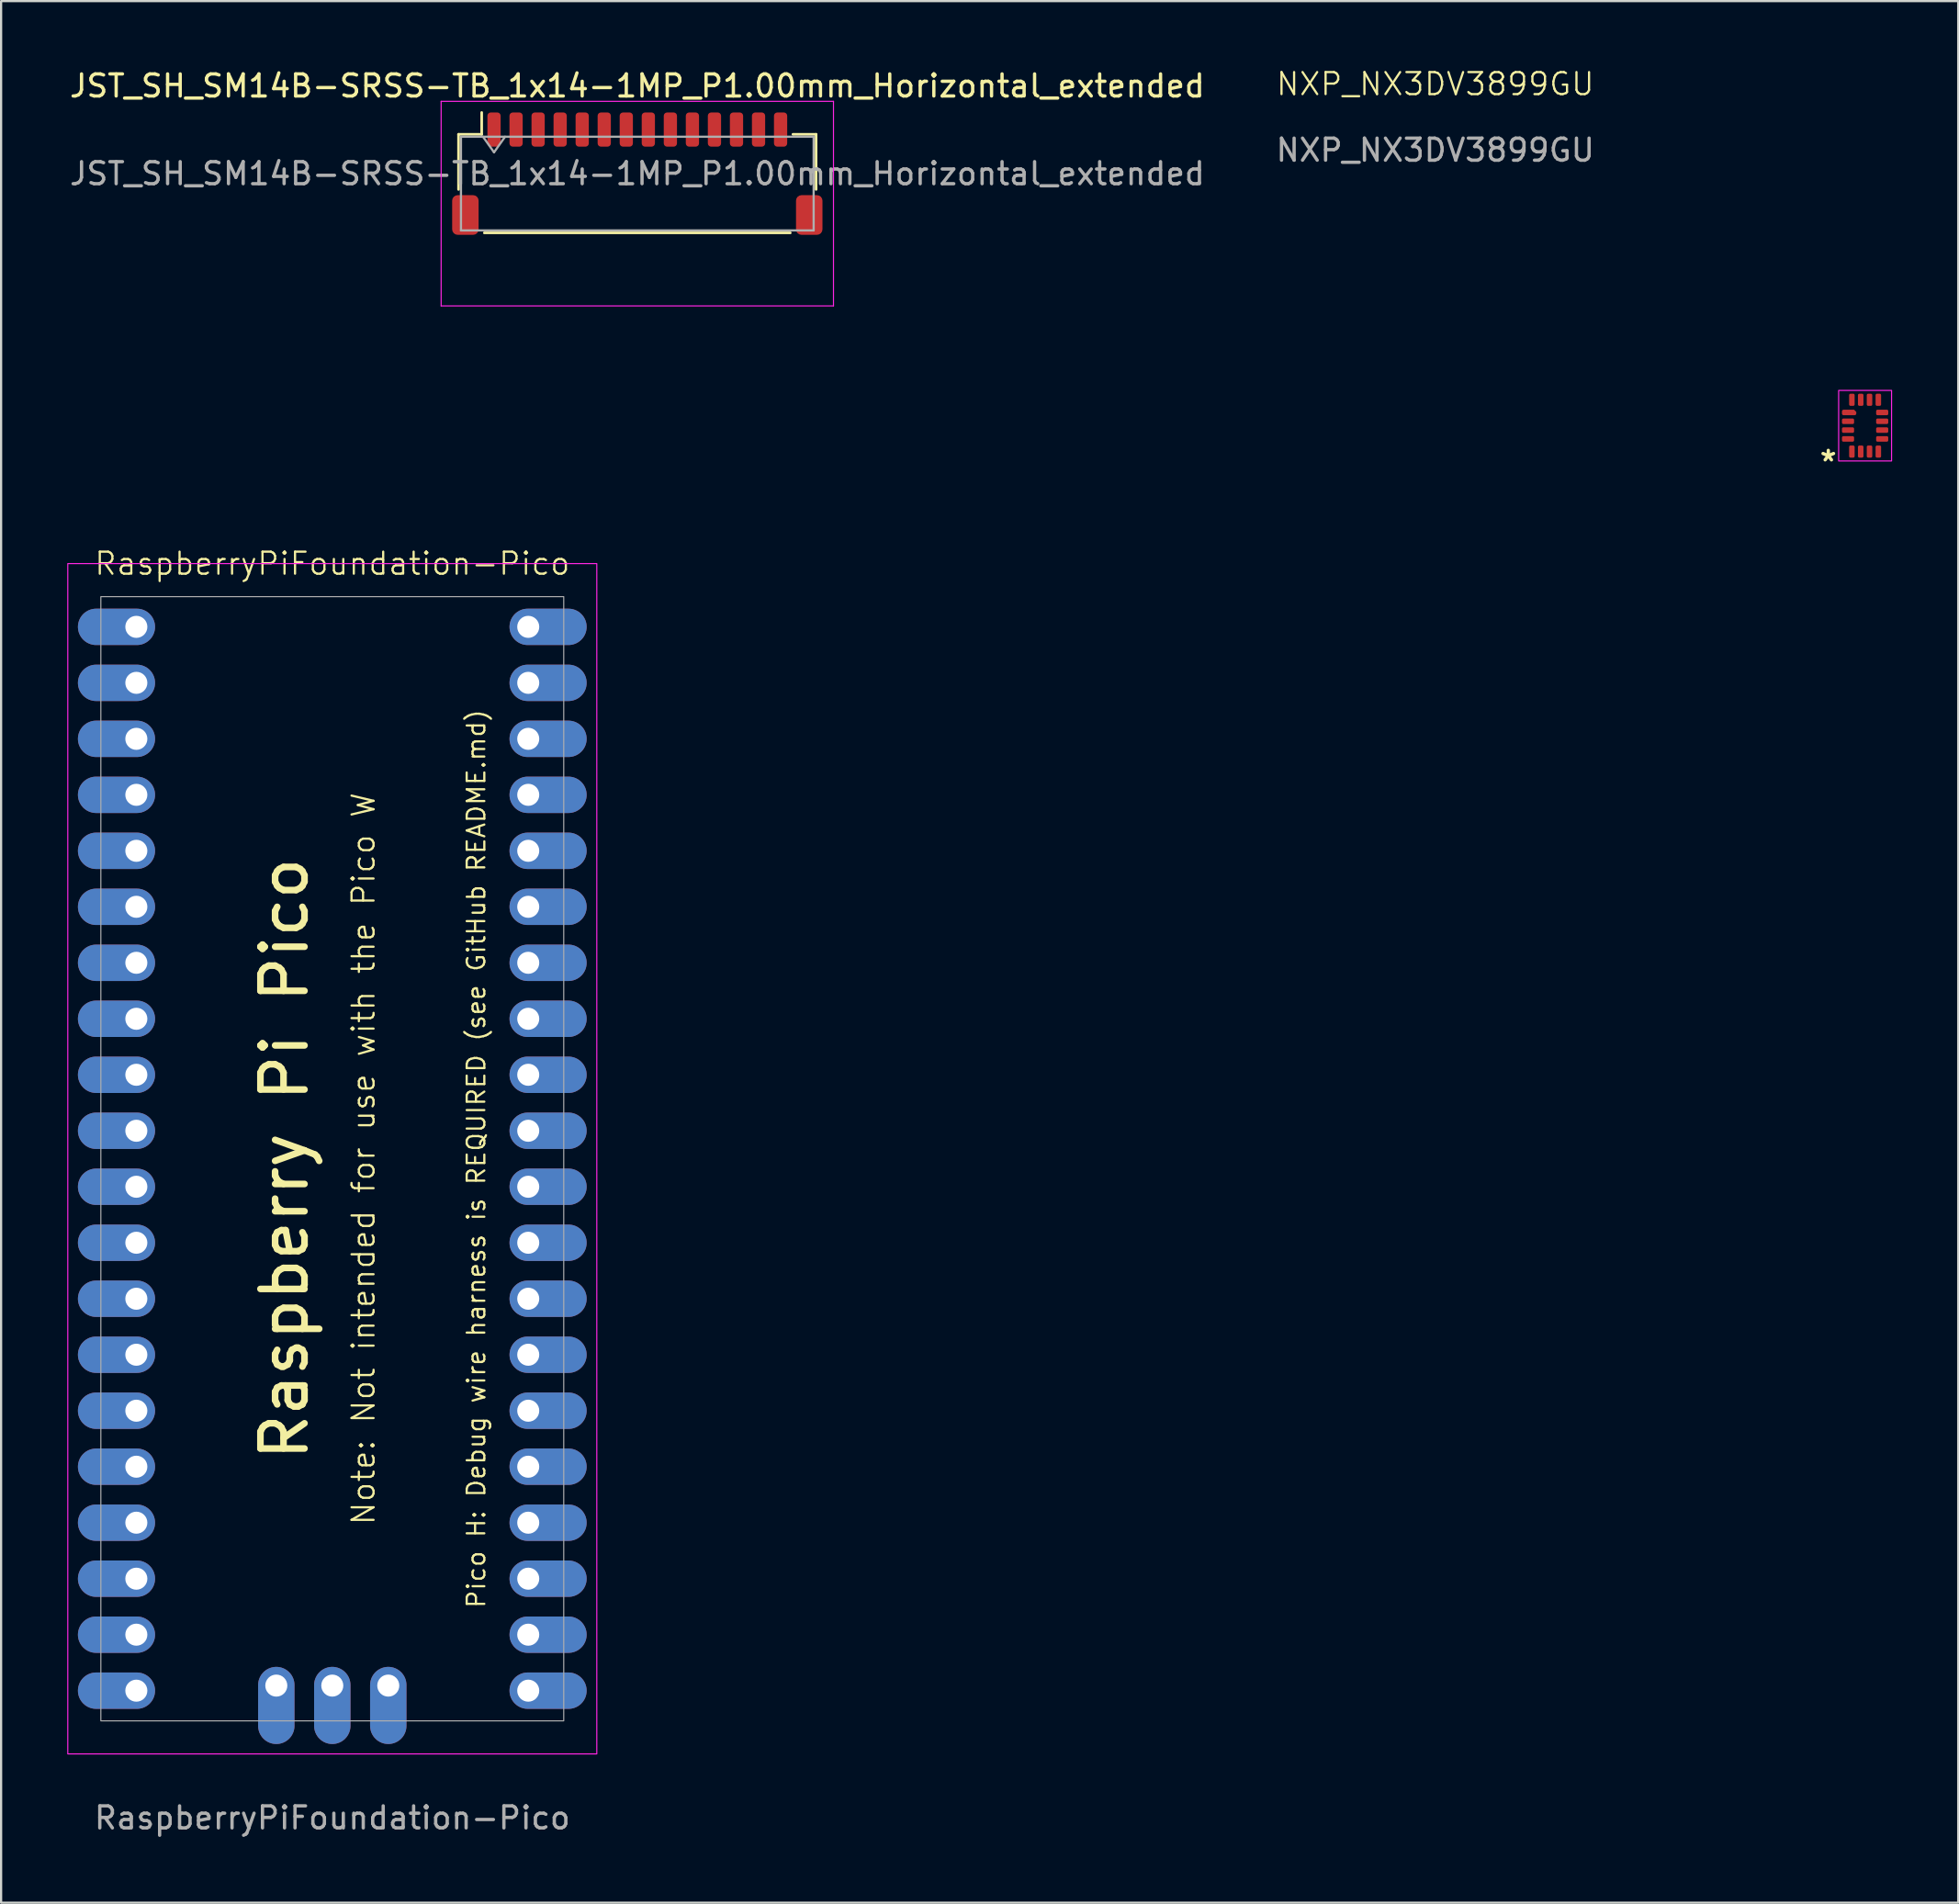
<source format=kicad_pcb>
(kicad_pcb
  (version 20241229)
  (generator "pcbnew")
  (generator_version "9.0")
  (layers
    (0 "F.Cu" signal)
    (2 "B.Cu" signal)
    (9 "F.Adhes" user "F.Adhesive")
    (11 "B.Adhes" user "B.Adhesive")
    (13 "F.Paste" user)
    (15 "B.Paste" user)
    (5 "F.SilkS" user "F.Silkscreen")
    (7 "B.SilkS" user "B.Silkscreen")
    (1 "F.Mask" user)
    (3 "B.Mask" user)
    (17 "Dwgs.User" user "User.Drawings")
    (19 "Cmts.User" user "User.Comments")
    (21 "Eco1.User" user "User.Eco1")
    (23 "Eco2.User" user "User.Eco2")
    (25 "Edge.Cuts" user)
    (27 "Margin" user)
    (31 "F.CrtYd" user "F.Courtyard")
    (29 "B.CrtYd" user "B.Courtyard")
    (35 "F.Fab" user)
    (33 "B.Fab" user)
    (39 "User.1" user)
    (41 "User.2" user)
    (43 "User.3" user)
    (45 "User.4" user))
  (footprint "NXP_NX3DV3899GU"
    (layer "F.Cu")
    (at 81.565 16.261)
    (property "Reference" "NXP_NX3DV3899GU" (at -19.5 -15.5 0) (unlocked yes) (layer "F.SilkS") (effects (font (size 1 1) (thickness 0.1))))
    (attr smd)
    (fp_rect (start -1.2 -1.6) (end 1.2 1.6) (stroke (width 0.05) (type default)) (fill no) (layer "F.CrtYd"))
    (fp_rect (start -0.95 -1.35) (end 0.95 1.35) (stroke (width 0.01) (type default)) (fill no) (layer "User.1"))
    (fp_text user "*" (at -2.15 2.25 0) (unlocked yes) (layer "F.SilkS") (effects (font (size 1 1) (thickness 0.15)) (justify left bottom)))
    (fp_text user "${REFERENCE}" (at -19.5 -12.5 0) (unlocked yes) (layer "F.Fab") (effects (font (size 1 1) (thickness 0.15))))
    (pad "1" smd roundrect (at -0.725 -0.6) (size 0.65 0.25) (layers "F.Cu" "F.Mask" "F.Paste") (roundrect_rratio 0.3) (chamfer_ratio 0.4) (chamfer top_right))
    (pad "2" smd roundrect (at -0.775 -0.2) (size 0.55 0.25) (layers "F.Cu" "F.Mask" "F.Paste") (roundrect_rratio 0.25))
    (pad "3" smd roundrect (at -0.775 0.2) (size 0.55 0.25) (layers "F.Cu" "F.Mask" "F.Paste") (roundrect_rratio 0.25))
    (pad "4" smd roundrect (at -0.775 0.6) (size 0.55 0.25) (layers "F.Cu" "F.Mask" "F.Paste") (roundrect_rratio 0.25))
    (pad "5" smd roundrect (at -0.6 1.175) (size 0.25 0.55) (layers "F.Cu" "F.Mask" "F.Paste") (roundrect_rratio 0.25))
    (pad "6" smd roundrect (at -0.2 1.175) (size 0.25 0.55) (layers "F.Cu" "F.Mask" "F.Paste") (roundrect_rratio 0.25))
    (pad "7" smd roundrect (at 0.2 1.175) (size 0.25 0.55) (layers "F.Cu" "F.Mask" "F.Paste") (roundrect_rratio 0.25))
    (pad "8" smd roundrect (at 0.6 1.175) (size 0.25 0.55) (layers "F.Cu" "F.Mask" "F.Paste") (roundrect_rratio 0.25))
    (pad "9" smd roundrect (at 0.775 0.6) (size 0.55 0.25) (layers "F.Cu" "F.Mask" "F.Paste") (roundrect_rratio 0.25))
    (pad "10" smd roundrect (at 0.775 0.2) (size 0.55 0.25) (layers "F.Cu" "F.Mask" "F.Paste") (roundrect_rratio 0.25))
    (pad "11" smd roundrect (at 0.775 -0.2) (size 0.55 0.25) (layers "F.Cu" "F.Mask" "F.Paste") (roundrect_rratio 0.25))
    (pad "12" smd roundrect (at 0.775 -0.6) (size 0.55 0.25) (layers "F.Cu" "F.Mask" "F.Paste") (roundrect_rratio 0.25))
    (pad "13" smd roundrect (at 0.6 -1.175) (size 0.25 0.55) (layers "F.Cu" "F.Mask" "F.Paste") (roundrect_rratio 0.25))
    (pad "14" smd roundrect (at 0.2 -1.175) (size 0.25 0.55) (layers "F.Cu" "F.Mask" "F.Paste") (roundrect_rratio 0.25))
    (pad "15" smd roundrect (at -0.2 -1.175) (size 0.25 0.55) (layers "F.Cu" "F.Mask" "F.Paste") (roundrect_rratio 0.25))
    (pad "16" smd roundrect (at -0.6 -1.175) (size 0.25 0.55) (layers "F.Cu" "F.Mask" "F.Paste") (roundrect_rratio 0.25)))
  (footprint "RaspberryPiFoundation-Pico"
    (layer "F.Cu")
    (at 12.025 49.517)
    (property "Reference" "RaspberryPiFoundation-Pico" (at 0 -27 0) (unlocked yes) (layer "F.SilkS") (effects (font (size 1 1) (thickness 0.1))))
    (attr smd)
    (fp_rect (start -12 -27) (end 12 27) (stroke (width 0.05) (type default)) (fill no) (layer "F.CrtYd"))
    (fp_rect (start -10.5 -25.5) (end 10.5 25.5) (stroke (width 0.05) (type default)) (fill no) (layer "F.Fab"))
    (fp_text user "Raspberry Pi Pico" (at -1 0 90) (unlocked yes) (layer "F.SilkS") (effects (font (size 2 2) (thickness 0.3)) (justify bottom)))
    (fp_text user "Note: Not intended for use with the Pico W" (at 2 0 90) (unlocked yes) (layer "F.SilkS") (effects (font (size 1 1) (thickness 0.1)) (justify bottom)))
    (fp_text user "Pico H: Debug wire harness is REQUIRED (see GitHub README.md)" (at 7 0 90) (unlocked yes) (layer "F.SilkS") (effects (font (size 0.8 0.8) (thickness 0.1)) (justify bottom)))
    (fp_text user "${REFERENCE}" (at 0 29.9 0) (unlocked yes) (layer "F.Fab") (effects (font (size 1 1) (thickness 0.15))))
    (pad "1" thru_hole oval (at -8.89 -24.13) (size 3.5 1.65) (drill 1 (offset -0.9 0)) (layers "*.Cu" "*.Mask"))
    (pad "2" thru_hole oval (at -8.89 -21.59) (size 3.5 1.65) (drill 1 (offset -0.9 0)) (layers "*.Cu" "*.Mask"))
    (pad "3" thru_hole oval (at -8.89 -19.05) (size 3.5 1.65) (drill 1 (offset -0.9 0)) (layers "*.Cu" "*.Mask"))
    (pad "4" thru_hole oval (at -8.89 -16.51) (size 3.5 1.65) (drill 1 (offset -0.9 0)) (layers "*.Cu" "*.Mask"))
    (pad "5" thru_hole oval (at -8.89 -13.97) (size 3.5 1.65) (drill 1 (offset -0.9 0)) (layers "*.Cu" "*.Mask"))
    (pad "6" thru_hole oval (at -8.89 -11.43) (size 3.5 1.65) (drill 1 (offset -0.9 0)) (layers "*.Cu" "*.Mask"))
    (pad "7" thru_hole oval (at -8.89 -8.89) (size 3.5 1.65) (drill 1 (offset -0.9 0)) (layers "*.Cu" "*.Mask"))
    (pad "8" thru_hole oval (at -8.89 -6.35) (size 3.5 1.65) (drill 1 (offset -0.9 0)) (layers "*.Cu" "*.Mask"))
    (pad "9" thru_hole oval (at -8.89 -3.81) (size 3.5 1.65) (drill 1 (offset -0.9 0)) (layers "*.Cu" "*.Mask"))
    (pad "10" thru_hole oval (at -8.89 -1.27) (size 3.5 1.65) (drill 1 (offset -0.9 0)) (layers "*.Cu" "*.Mask"))
    (pad "11" thru_hole oval (at -8.89 1.27) (size 3.5 1.65) (drill 1 (offset -0.9 0)) (layers "*.Cu" "*.Mask"))
    (pad "12" thru_hole oval (at -8.89 3.81) (size 3.5 1.65) (drill 1 (offset -0.9 0)) (layers "*.Cu" "*.Mask"))
    (pad "13" thru_hole oval (at -8.89 6.35) (size 3.5 1.65) (drill 1 (offset -0.9 0)) (layers "*.Cu" "*.Mask"))
    (pad "14" thru_hole oval (at -8.89 8.89) (size 3.5 1.65) (drill 1 (offset -0.9 0)) (layers "*.Cu" "*.Mask"))
    (pad "15" thru_hole oval (at -8.89 11.43) (size 3.5 1.65) (drill 1 (offset -0.9 0)) (layers "*.Cu" "*.Mask"))
    (pad "16" thru_hole oval (at -8.89 13.97) (size 3.5 1.65) (drill 1 (offset -0.9 0)) (layers "*.Cu" "*.Mask"))
    (pad "17" thru_hole oval (at -8.89 16.51) (size 3.5 1.65) (drill 1 (offset -0.9 0)) (layers "*.Cu" "*.Mask"))
    (pad "18" thru_hole oval (at -8.89 19.05) (size 3.5 1.65) (drill 1 (offset -0.9 0)) (layers "*.Cu" "*.Mask"))
    (pad "19" thru_hole oval (at -8.89 21.59) (size 3.5 1.65) (drill 1 (offset -0.9 0)) (layers "*.Cu" "*.Mask"))
    (pad "20" thru_hole oval (at -8.89 24.13) (size 3.5 1.65) (drill 1 (offset -0.9 0)) (layers "*.Cu" "*.Mask"))
    (pad "21" thru_hole oval (at 8.89 24.13) (size 3.5 1.65) (drill 1 (offset 0.9 0)) (layers "*.Cu" "*.Mask"))
    (pad "22" thru_hole oval (at 8.89 21.59) (size 3.5 1.65) (drill 1 (offset 0.9 0)) (layers "*.Cu" "*.Mask"))
    (pad "23" thru_hole oval (at 8.89 19.05) (size 3.5 1.65) (drill 1 (offset 0.9 0)) (layers "*.Cu" "*.Mask"))
    (pad "24" thru_hole oval (at 8.89 16.51) (size 3.5 1.65) (drill 1 (offset 0.9 0)) (layers "*.Cu" "*.Mask"))
    (pad "25" thru_hole oval (at 8.89 13.97) (size 3.5 1.65) (drill 1 (offset 0.9 0)) (layers "*.Cu" "*.Mask"))
    (pad "26" thru_hole oval (at 8.89 11.43) (size 3.5 1.65) (drill 1 (offset 0.9 0)) (layers "*.Cu" "*.Mask"))
    (pad "27" thru_hole oval (at 8.89 8.89) (size 3.5 1.65) (drill 1 (offset 0.9 0)) (layers "*.Cu" "*.Mask"))
    (pad "28" thru_hole oval (at 8.89 6.35) (size 3.5 1.65) (drill 1 (offset 0.9 0)) (layers "*.Cu" "*.Mask"))
    (pad "29" thru_hole oval (at 8.89 3.81) (size 3.5 1.65) (drill 1 (offset 0.9 0)) (layers "*.Cu" "*.Mask"))
    (pad "30" thru_hole oval (at 8.89 1.27) (size 3.5 1.65) (drill 1 (offset 0.9 0)) (layers "*.Cu" "*.Mask"))
    (pad "31" thru_hole oval (at 8.89 -1.27) (size 3.5 1.65) (drill 1 (offset 0.9 0)) (layers "*.Cu" "*.Mask"))
    (pad "32" thru_hole oval (at 8.89 -3.81) (size 3.5 1.65) (drill 1 (offset 0.9 0)) (layers "*.Cu" "*.Mask"))
    (pad "33" thru_hole oval (at 8.89 -6.35) (size 3.5 1.65) (drill 1 (offset 0.9 0)) (layers "*.Cu" "*.Mask"))
    (pad "34" thru_hole oval (at 8.89 -8.89) (size 3.5 1.65) (drill 1 (offset 0.9 0)) (layers "*.Cu" "*.Mask"))
    (pad "35" thru_hole oval (at 8.89 -11.43) (size 3.5 1.65) (drill 1 (offset 0.9 0)) (layers "*.Cu" "*.Mask"))
    (pad "36" thru_hole oval (at 8.89 -13.97) (size 3.5 1.65) (drill 1 (offset 0.9 0)) (layers "*.Cu" "*.Mask"))
    (pad "37" thru_hole oval (at 8.89 -16.51) (size 3.5 1.65) (drill 1 (offset 0.9 0)) (layers "*.Cu" "*.Mask"))
    (pad "38" thru_hole oval (at 8.89 -19.05) (size 3.5 1.65) (drill 1 (offset 0.9 0)) (layers "*.Cu" "*.Mask"))
    (pad "39" thru_hole oval (at 8.89 -21.59) (size 3.5 1.65) (drill 1 (offset 0.9 0)) (layers "*.Cu" "*.Mask"))
    (pad "40" thru_hole oval (at 8.89 -24.13) (size 3.5 1.65) (drill 1 (offset 0.9 0)) (layers "*.Cu" "*.Mask"))
    (pad "41" thru_hole oval (at -2.54 23.9) (size 1.65 3.5) (drill 1 (offset 0 0.9)) (layers "*.Cu" "*.Mask"))
    (pad "42" thru_hole oval (at 0 23.9) (size 1.65 3.5) (drill 1 (offset 0 0.9)) (layers "*.Cu" "*.Mask"))
    (pad "43" thru_hole oval (at 2.54 23.9) (size 1.65 3.5) (drill 1 (offset 0 0.9)) (layers "*.Cu" "*.Mask")))
  (footprint "JST_SH_SM14B-SRSS-TB_1x14-1MP_P1.00mm_Horizontal_extended"
    (layer "F.Cu")
    (at 25.863 4.828)
    (property "Reference" "JST_SH_SM14B-SRSS-TB_1x14-1MP_P1.00mm_Horizontal_extended" (at 0 -3.98 0) (layer "F.SilkS") (effects (font (size 1 1) (thickness 0.15))))
    (attr smd)
    (fp_line (start -8.11 -1.785) (end -7.06 -1.785) (stroke (width 0.12) (type solid)) (layer "F.SilkS"))
    (fp_line (start -8.11 0.715) (end -8.11 -1.785) (stroke (width 0.12) (type solid)) (layer "F.SilkS"))
    (fp_line (start -7.06 -1.785) (end -7.06 -2.775) (stroke (width 0.12) (type solid)) (layer "F.SilkS"))
    (fp_line (start -6.94 2.685) (end 6.94 2.685) (stroke (width 0.12) (type solid)) (layer "F.SilkS"))
    (fp_line (start 8.11 -1.785) (end 7.06 -1.785) (stroke (width 0.12) (type solid)) (layer "F.SilkS"))
    (fp_line (start 8.11 0.715) (end 8.11 -1.785) (stroke (width 0.12) (type solid)) (layer "F.SilkS"))
    (fp_line (start -8.9 -3.28) (end -8.9 6) (stroke (width 0.05) (type solid)) (layer "F.CrtYd"))
    (fp_line (start -8.9 6) (end 8.9 6) (stroke (width 0.05) (type solid)) (layer "F.CrtYd"))
    (fp_line (start 8.9 -3.28) (end -8.9 -3.28) (stroke (width 0.05) (type solid)) (layer "F.CrtYd"))
    (fp_line (start 8.9 6) (end 8.9 -3.28) (stroke (width 0.05) (type solid)) (layer "F.CrtYd"))
    (fp_line (start -8 -1.675) (end -8 2.575) (stroke (width 0.1) (type solid)) (layer "F.Fab"))
    (fp_line (start -8 -1.675) (end 8 -1.675) (stroke (width 0.1) (type solid)) (layer "F.Fab"))
    (fp_line (start -8 2.575) (end 8 2.575) (stroke (width 0.1) (type solid)) (layer "F.Fab"))
    (fp_line (start -7 -1.675) (end -6.5 -0.968) (stroke (width 0.1) (type solid)) (layer "F.Fab"))
    (fp_line (start -6.5 -0.968) (end -6 -1.675) (stroke (width 0.1) (type solid)) (layer "F.Fab"))
    (fp_line (start 8 -1.675) (end 8 2.575) (stroke (width 0.1) (type solid)) (layer "F.Fab"))
    (fp_text user "${REFERENCE}" (at 0 0 0) (layer "F.Fab") (effects (font (size 1 1) (thickness 0.15))))
    (pad "1" smd roundrect (at -6.5 -2) (size 0.6 1.55) (layers "F.Cu" "F.Mask" "F.Paste") (roundrect_rratio 0.25))
    (pad "2" smd roundrect (at -5.5 -2) (size 0.6 1.55) (layers "F.Cu" "F.Mask" "F.Paste") (roundrect_rratio 0.25))
    (pad "3" smd roundrect (at -4.5 -2) (size 0.6 1.55) (layers "F.Cu" "F.Mask" "F.Paste") (roundrect_rratio 0.25))
    (pad "4" smd roundrect (at -3.5 -2) (size 0.6 1.55) (layers "F.Cu" "F.Mask" "F.Paste") (roundrect_rratio 0.25))
    (pad "5" smd roundrect (at -2.5 -2) (size 0.6 1.55) (layers "F.Cu" "F.Mask" "F.Paste") (roundrect_rratio 0.25))
    (pad "6" smd roundrect (at -1.5 -2) (size 0.6 1.55) (layers "F.Cu" "F.Mask" "F.Paste") (roundrect_rratio 0.25))
    (pad "7" smd roundrect (at -0.5 -2) (size 0.6 1.55) (layers "F.Cu" "F.Mask" "F.Paste") (roundrect_rratio 0.25))
    (pad "8" smd roundrect (at 0.5 -2) (size 0.6 1.55) (layers "F.Cu" "F.Mask" "F.Paste") (roundrect_rratio 0.25))
    (pad "9" smd roundrect (at 1.5 -2) (size 0.6 1.55) (layers "F.Cu" "F.Mask" "F.Paste") (roundrect_rratio 0.25))
    (pad "10" smd roundrect (at 2.5 -2) (size 0.6 1.55) (layers "F.Cu" "F.Mask" "F.Paste") (roundrect_rratio 0.25))
    (pad "11" smd roundrect (at 3.5 -2) (size 0.6 1.55) (layers "F.Cu" "F.Mask" "F.Paste") (roundrect_rratio 0.25))
    (pad "12" smd roundrect (at 4.5 -2) (size 0.6 1.55) (layers "F.Cu" "F.Mask" "F.Paste") (roundrect_rratio 0.25))
    (pad "13" smd roundrect (at 5.5 -2) (size 0.6 1.55) (layers "F.Cu" "F.Mask" "F.Paste") (roundrect_rratio 0.25))
    (pad "14" smd roundrect (at 6.5 -2) (size 0.6 1.55) (layers "F.Cu" "F.Mask" "F.Paste") (roundrect_rratio 0.25))
    (pad "MP" smd roundrect (at -7.8 1.875) (size 1.2 1.8) (layers "F.Cu" "F.Mask" "F.Paste") (roundrect_rratio 0.208))
    (pad "MP" smd roundrect (at 7.8 1.875) (size 1.2 1.8) (layers "F.Cu" "F.Mask" "F.Paste") (roundrect_rratio 0.208)))
  (gr_rect
    (start -3 -3)
    (end 85.79 83.266)
    (stroke (width 0.1) (type default))
    (fill no)
    (layer "Edge.Cuts")))
</source>
